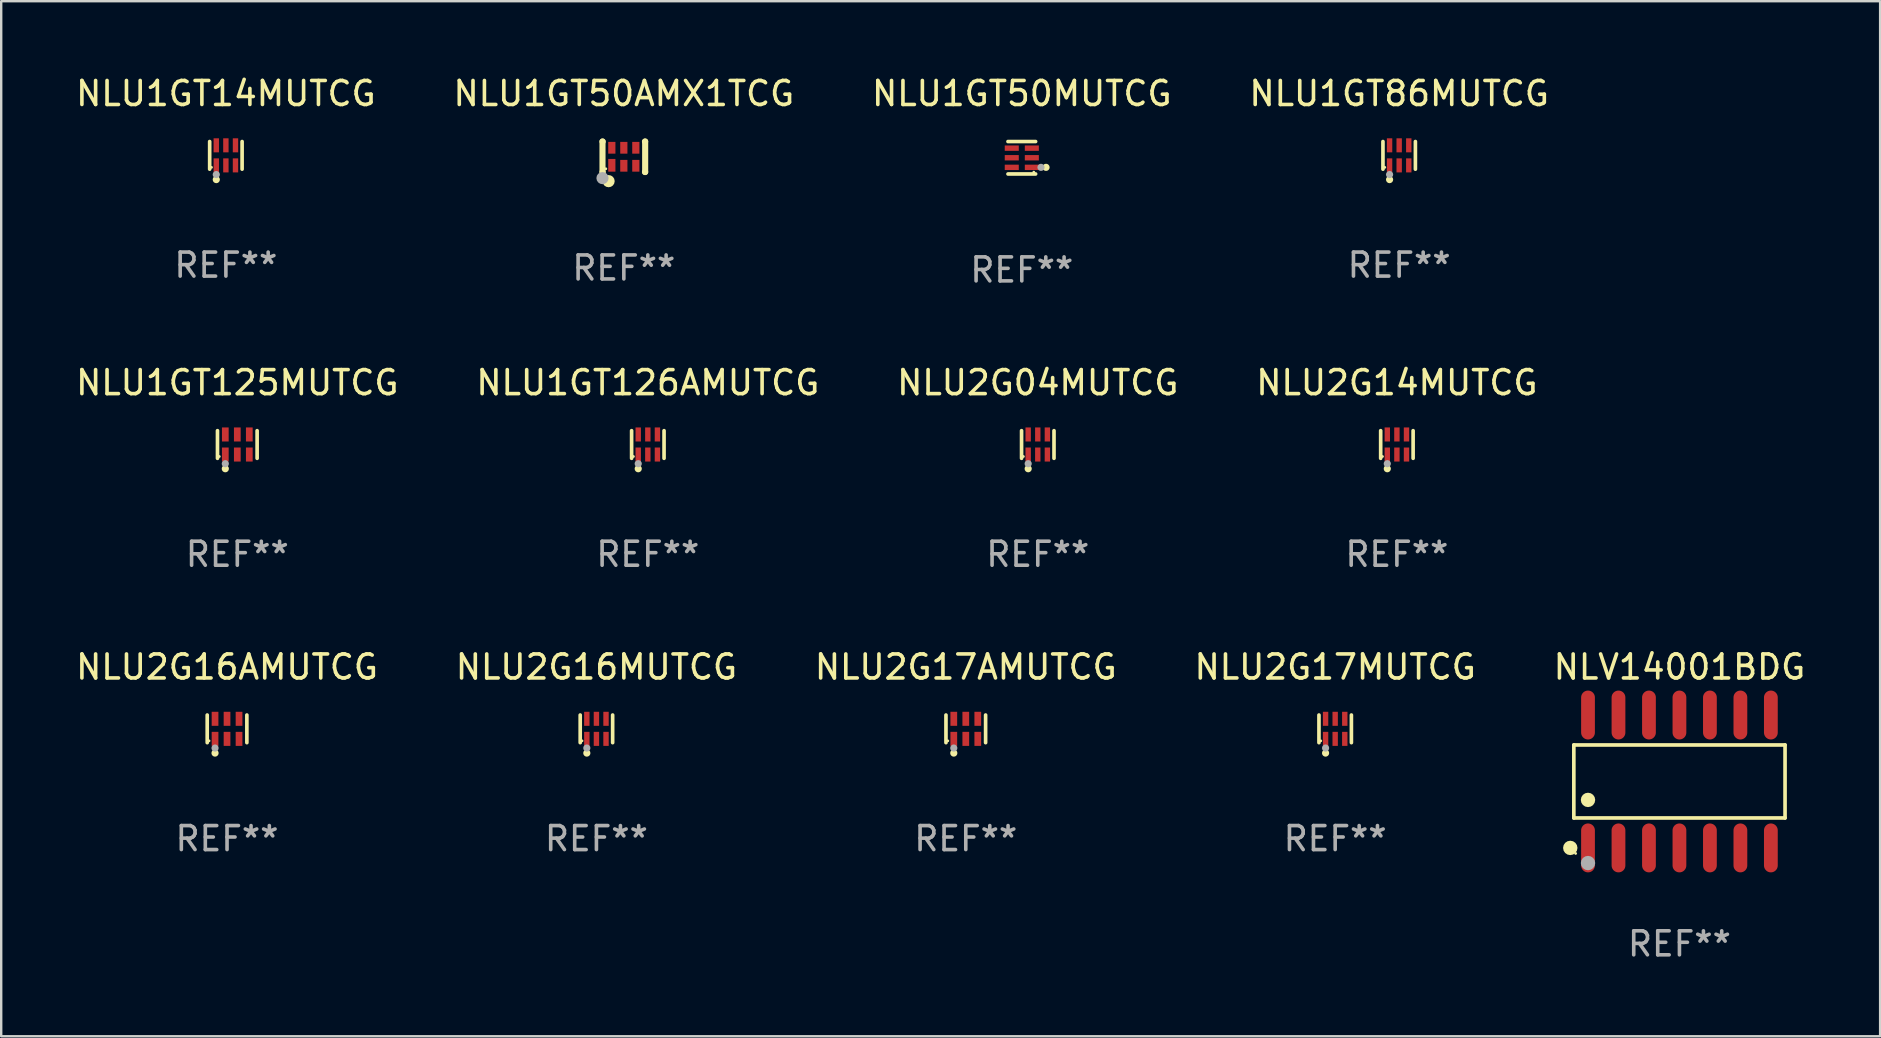
<source format=kicad_pcb>
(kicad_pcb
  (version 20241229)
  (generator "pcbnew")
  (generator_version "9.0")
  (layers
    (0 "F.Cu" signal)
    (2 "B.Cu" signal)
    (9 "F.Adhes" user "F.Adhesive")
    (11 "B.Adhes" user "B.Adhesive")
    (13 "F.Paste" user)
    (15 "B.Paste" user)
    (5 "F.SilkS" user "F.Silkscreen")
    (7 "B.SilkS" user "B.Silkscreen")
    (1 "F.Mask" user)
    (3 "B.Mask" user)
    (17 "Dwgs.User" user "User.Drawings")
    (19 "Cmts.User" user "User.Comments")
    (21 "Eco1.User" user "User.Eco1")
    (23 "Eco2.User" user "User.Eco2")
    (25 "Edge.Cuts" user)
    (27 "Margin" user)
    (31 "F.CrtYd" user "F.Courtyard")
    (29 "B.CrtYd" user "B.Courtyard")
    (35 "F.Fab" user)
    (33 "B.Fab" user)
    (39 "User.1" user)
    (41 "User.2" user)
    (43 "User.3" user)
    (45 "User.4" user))
  (footprint "NLU1GT125MUTCG"
    (layer "F.Cu")
    (at 6.839 15.473)
    (property "Reference" "NLU1GT125MUTCG" (at 0 -2.576 0) (layer "F.SilkS") (effects (font (size 1 1) (thickness 0.15))))
    (attr through_hole)
    (fp_line (start -0.826 0.576) (end -0.826 -0.576) (stroke (width 0.152) (type solid)) (layer "F.SilkS"))
    (fp_line (start 0.826 0.576) (end 0.826 -0.576) (stroke (width 0.152) (type solid)) (layer "F.SilkS"))
    (fp_circle (center -0.75 0.5) (end -0.72 0.5) (stroke (width 0.06) (type solid)) (fill no) (layer "F.SilkS"))
    (fp_circle (center -0.5 1.01) (end -0.425 1.01) (stroke (width 0.15) (type solid)) (fill no) (layer "F.SilkS"))
    (fp_circle (center -0.5 0.8) (end -0.425 0.8) (stroke (width 0.15) (type solid)) (fill no) (layer "F.Fab"))
    (fp_text user "REF**" (at 0 4.576 0) (layer "F.Fab") (effects (font (size 1 1) (thickness 0.15))))
    (pad "1" smd rect (at -0.5 0.418) (size 0.28 0.585) (layers "F.Cu" "F.Mask" "F.Paste"))
    (pad "2" smd rect (at 0 0.418) (size 0.28 0.585) (layers "F.Cu" "F.Mask" "F.Paste"))
    (pad "3" smd rect (at 0.5 0.418) (size 0.28 0.585) (layers "F.Cu" "F.Mask" "F.Paste"))
    (pad "4" smd rect (at 0.5 -0.418) (size 0.28 0.585) (layers "F.Cu" "F.Mask" "F.Paste"))
    (pad "5" smd rect (at 0 -0.418) (size 0.28 0.585) (layers "F.Cu" "F.Mask" "F.Paste"))
    (pad "6" smd rect (at -0.5 -0.418) (size 0.28 0.585) (layers "F.Cu" "F.Mask" "F.Paste")))
  (footprint "NLU1GT14MUTCG"
    (layer "F.Cu")
    (at 6.363 3.424)
    (property "Reference" "NLU1GT14MUTCG" (at 0 -2.576 0) (layer "F.SilkS") (effects (font (size 1 1) (thickness 0.15))))
    (attr through_hole)
    (fp_line (start -0.676 0.576) (end -0.676 -0.576) (stroke (width 0.152) (type solid)) (layer "F.SilkS"))
    (fp_line (start 0.676 0.576) (end 0.676 -0.576) (stroke (width 0.152) (type solid)) (layer "F.SilkS"))
    (fp_circle (center -0.6 0.5) (end -0.57 0.5) (stroke (width 0.06) (type solid)) (fill no) (layer "F.SilkS"))
    (fp_circle (center -0.4 1.01) (end -0.325 1.01) (stroke (width 0.15) (type solid)) (fill no) (layer "F.SilkS"))
    (fp_circle (center -0.4 0.8) (end -0.325 0.8) (stroke (width 0.15) (type solid)) (fill no) (layer "F.Fab"))
    (fp_text user "REF**" (at 0 4.576 0) (layer "F.Fab") (effects (font (size 1 1) (thickness 0.15))))
    (pad "1" smd rect (at -0.4 0.418) (size 0.224 0.585) (layers "F.Cu" "F.Mask" "F.Paste"))
    (pad "2" smd rect (at 0 0.418) (size 0.224 0.585) (layers "F.Cu" "F.Mask" "F.Paste"))
    (pad "3" smd rect (at 0.4 0.418) (size 0.224 0.585) (layers "F.Cu" "F.Mask" "F.Paste"))
    (pad "4" smd rect (at 0.4 -0.418) (size 0.224 0.585) (layers "F.Cu" "F.Mask" "F.Paste"))
    (pad "5" smd rect (at 0 -0.418) (size 0.224 0.585) (layers "F.Cu" "F.Mask" "F.Paste"))
    (pad "6" smd rect (at -0.4 -0.418) (size 0.224 0.585) (layers "F.Cu" "F.Mask" "F.Paste")))
  (footprint "NLU2G14MUTCG"
    (layer "F.Cu")
    (at 55.161 15.473)
    (property "Reference" "NLU2G14MUTCG" (at 0 -2.576 0) (layer "F.SilkS") (effects (font (size 1 1) (thickness 0.15))))
    (attr through_hole)
    (fp_line (start -0.676 0.576) (end -0.676 -0.576) (stroke (width 0.152) (type solid)) (layer "F.SilkS"))
    (fp_line (start 0.676 0.576) (end 0.676 -0.576) (stroke (width 0.152) (type solid)) (layer "F.SilkS"))
    (fp_circle (center -0.6 0.5) (end -0.57 0.5) (stroke (width 0.06) (type solid)) (fill no) (layer "F.SilkS"))
    (fp_circle (center -0.4 1.01) (end -0.325 1.01) (stroke (width 0.15) (type solid)) (fill no) (layer "F.SilkS"))
    (fp_circle (center -0.4 0.8) (end -0.325 0.8) (stroke (width 0.15) (type solid)) (fill no) (layer "F.Fab"))
    (fp_text user "REF**" (at 0 4.576 0) (layer "F.Fab") (effects (font (size 1 1) (thickness 0.15))))
    (pad "1" smd rect (at -0.4 0.418) (size 0.224 0.585) (layers "F.Cu" "F.Mask" "F.Paste"))
    (pad "2" smd rect (at 0 0.418) (size 0.224 0.585) (layers "F.Cu" "F.Mask" "F.Paste"))
    (pad "3" smd rect (at 0.4 0.418) (size 0.224 0.585) (layers "F.Cu" "F.Mask" "F.Paste"))
    (pad "4" smd rect (at 0.4 -0.418) (size 0.224 0.585) (layers "F.Cu" "F.Mask" "F.Paste"))
    (pad "5" smd rect (at 0 -0.418) (size 0.224 0.585) (layers "F.Cu" "F.Mask" "F.Paste"))
    (pad "6" smd rect (at -0.4 -0.418) (size 0.224 0.585) (layers "F.Cu" "F.Mask" "F.Paste")))
  (footprint "NLU2G16AMUTCG"
    (layer "F.Cu")
    (at 6.411 27.322)
    (property "Reference" "NLU2G16AMUTCG" (at 0 -2.576 0) (layer "F.SilkS") (effects (font (size 1 1) (thickness 0.15))))
    (attr through_hole)
    (fp_line (start -0.826 0.576) (end -0.826 -0.576) (stroke (width 0.152) (type solid)) (layer "F.SilkS"))
    (fp_line (start 0.826 0.576) (end 0.826 -0.576) (stroke (width 0.152) (type solid)) (layer "F.SilkS"))
    (fp_circle (center -0.75 0.5) (end -0.72 0.5) (stroke (width 0.06) (type solid)) (fill no) (layer "F.SilkS"))
    (fp_circle (center -0.5 1.01) (end -0.425 1.01) (stroke (width 0.15) (type solid)) (fill no) (layer "F.SilkS"))
    (fp_circle (center -0.5 0.8) (end -0.425 0.8) (stroke (width 0.15) (type solid)) (fill no) (layer "F.Fab"))
    (fp_text user "REF**" (at 0 4.576 0) (layer "F.Fab") (effects (font (size 1 1) (thickness 0.15))))
    (pad "1" smd rect (at -0.5 0.418) (size 0.28 0.585) (layers "F.Cu" "F.Mask" "F.Paste"))
    (pad "2" smd rect (at 0 0.418) (size 0.28 0.585) (layers "F.Cu" "F.Mask" "F.Paste"))
    (pad "3" smd rect (at 0.5 0.418) (size 0.28 0.585) (layers "F.Cu" "F.Mask" "F.Paste"))
    (pad "4" smd rect (at 0.5 -0.418) (size 0.28 0.585) (layers "F.Cu" "F.Mask" "F.Paste"))
    (pad "5" smd rect (at 0 -0.418) (size 0.28 0.585) (layers "F.Cu" "F.Mask" "F.Paste"))
    (pad "6" smd rect (at -0.5 -0.418) (size 0.28 0.585) (layers "F.Cu" "F.Mask" "F.Paste")))
  (footprint "NLU2G16MUTCG"
    (layer "F.Cu")
    (at 21.804 27.322)
    (property "Reference" "NLU2G16MUTCG" (at 0 -2.576 0) (layer "F.SilkS") (effects (font (size 1 1) (thickness 0.15))))
    (attr through_hole)
    (fp_line (start -0.676 0.576) (end -0.676 -0.576) (stroke (width 0.152) (type solid)) (layer "F.SilkS"))
    (fp_line (start 0.676 0.576) (end 0.676 -0.576) (stroke (width 0.152) (type solid)) (layer "F.SilkS"))
    (fp_circle (center -0.6 0.5) (end -0.57 0.5) (stroke (width 0.06) (type solid)) (fill no) (layer "F.SilkS"))
    (fp_circle (center -0.4 1.01) (end -0.325 1.01) (stroke (width 0.15) (type solid)) (fill no) (layer "F.SilkS"))
    (fp_circle (center -0.4 0.8) (end -0.325 0.8) (stroke (width 0.15) (type solid)) (fill no) (layer "F.Fab"))
    (fp_text user "REF**" (at 0 4.576 0) (layer "F.Fab") (effects (font (size 1 1) (thickness 0.15))))
    (pad "1" smd rect (at -0.4 0.418) (size 0.224 0.585) (layers "F.Cu" "F.Mask" "F.Paste"))
    (pad "2" smd rect (at 0 0.418) (size 0.224 0.585) (layers "F.Cu" "F.Mask" "F.Paste"))
    (pad "3" smd rect (at 0.4 0.418) (size 0.224 0.585) (layers "F.Cu" "F.Mask" "F.Paste"))
    (pad "4" smd rect (at 0.4 -0.418) (size 0.224 0.585) (layers "F.Cu" "F.Mask" "F.Paste"))
    (pad "5" smd rect (at 0 -0.418) (size 0.224 0.585) (layers "F.Cu" "F.Mask" "F.Paste"))
    (pad "6" smd rect (at -0.4 -0.418) (size 0.224 0.585) (layers "F.Cu" "F.Mask" "F.Paste")))
  (footprint "NLU1GT50AMX1TCG"
    (layer "F.Cu")
    (at 22.946 3.483)
    (property "Reference" "NLU1GT50AMX1TCG" (at 0 -2.635 0) (layer "F.SilkS") (effects (font (size 1 1) (thickness 0.15))))
    (attr through_hole)
    (fp_line (start -0.889 -0.635) (end -0.889 0.635) (stroke (width 0.254) (type solid)) (layer "F.SilkS"))
    (fp_line (start -0.889 0.635) (end -0.881 0.635) (stroke (width 0.254) (type solid)) (layer "F.SilkS"))
    (fp_line (start -0.881 -0.635) (end -0.889 -0.635) (stroke (width 0.254) (type solid)) (layer "F.SilkS"))
    (fp_line (start 0.881 0.635) (end 0.889 0.635) (stroke (width 0.254) (type solid)) (layer "F.SilkS"))
    (fp_line (start 0.889 -0.635) (end 0.881 -0.635) (stroke (width 0.254) (type solid)) (layer "F.SilkS"))
    (fp_line (start 0.889 0.635) (end 0.889 -0.635) (stroke (width 0.254) (type solid)) (layer "F.SilkS"))
    (fp_circle (center -0.75 0.5) (end -0.72 0.5) (stroke (width 0.06) (type solid)) (fill no) (layer "F.SilkS"))
    (fp_circle (center -0.635 1.016) (end -0.508 1.016) (stroke (width 0.254) (type solid)) (fill no) (layer "F.SilkS"))
    (fp_circle (center -0.889 0.889) (end -0.762 0.889) (stroke (width 0.254) (type solid)) (fill no) (layer "F.Fab"))
    (fp_text user "REF**" (at 0 4.635 0) (layer "F.Fab") (effects (font (size 1 1) (thickness 0.15))))
    (pad "1" smd rect (at -0.5 0.355) (size 0.3 0.53) (layers "F.Cu" "F.Mask" "F.Paste"))
    (pad "2" smd rect (at 0.000127 0.375) (size 0.3 0.49) (layers "F.Cu" "F.Mask" "F.Paste"))
    (pad "3" smd rect (at 0.5 0.375) (size 0.3 0.49) (layers "F.Cu" "F.Mask" "F.Paste"))
    (pad "4" smd rect (at 0.5 -0.375) (size 0.3 0.49) (layers "F.Cu" "F.Mask" "F.Paste"))
    (pad "5" smd rect (at 0.000127 -0.375) (size 0.3 0.49) (layers "F.Cu" "F.Mask" "F.Paste"))
    (pad "6" smd rect (at -0.5 -0.375) (size 0.3 0.49) (layers "F.Cu" "F.Mask" "F.Paste")))
  (footprint "NLU1GT126AMUTCG"
    (layer "F.Cu")
    (at 23.946 15.473)
    (property "Reference" "NLU1GT126AMUTCG" (at 0 -2.576 0) (layer "F.SilkS") (effects (font (size 1 1) (thickness 0.15))))
    (attr through_hole)
    (fp_line (start -0.676 0.576) (end -0.676 -0.576) (stroke (width 0.152) (type solid)) (layer "F.SilkS"))
    (fp_line (start 0.676 0.576) (end 0.676 -0.576) (stroke (width 0.152) (type solid)) (layer "F.SilkS"))
    (fp_circle (center -0.6 0.5) (end -0.57 0.5) (stroke (width 0.06) (type solid)) (fill no) (layer "F.SilkS"))
    (fp_circle (center -0.4 1.01) (end -0.325 1.01) (stroke (width 0.15) (type solid)) (fill no) (layer "F.SilkS"))
    (fp_circle (center -0.4 0.8) (end -0.325 0.8) (stroke (width 0.15) (type solid)) (fill no) (layer "F.Fab"))
    (fp_text user "REF**" (at 0 4.576 0) (layer "F.Fab") (effects (font (size 1 1) (thickness 0.15))))
    (pad "1" smd rect (at -0.4 0.418) (size 0.224 0.585) (layers "F.Cu" "F.Mask" "F.Paste"))
    (pad "2" smd rect (at 0 0.418) (size 0.224 0.585) (layers "F.Cu" "F.Mask" "F.Paste"))
    (pad "3" smd rect (at 0.4 0.418) (size 0.224 0.585) (layers "F.Cu" "F.Mask" "F.Paste"))
    (pad "4" smd rect (at 0.4 -0.418) (size 0.224 0.585) (layers "F.Cu" "F.Mask" "F.Paste"))
    (pad "5" smd rect (at 0 -0.418) (size 0.224 0.585) (layers "F.Cu" "F.Mask" "F.Paste"))
    (pad "6" smd rect (at -0.4 -0.418) (size 0.224 0.585) (layers "F.Cu" "F.Mask" "F.Paste")))
  (footprint "NLU2G17AMUTCG"
    (layer "F.Cu")
    (at 37.196 27.322)
    (property "Reference" "NLU2G17AMUTCG" (at 0 -2.576 0) (layer "F.SilkS") (effects (font (size 1 1) (thickness 0.15))))
    (attr through_hole)
    (fp_line (start -0.826 0.576) (end -0.826 -0.576) (stroke (width 0.152) (type solid)) (layer "F.SilkS"))
    (fp_line (start 0.826 0.576) (end 0.826 -0.576) (stroke (width 0.152) (type solid)) (layer "F.SilkS"))
    (fp_circle (center -0.75 0.5) (end -0.72 0.5) (stroke (width 0.06) (type solid)) (fill no) (layer "F.SilkS"))
    (fp_circle (center -0.5 1.01) (end -0.425 1.01) (stroke (width 0.15) (type solid)) (fill no) (layer "F.SilkS"))
    (fp_circle (center -0.5 0.8) (end -0.425 0.8) (stroke (width 0.15) (type solid)) (fill no) (layer "F.Fab"))
    (fp_text user "REF**" (at 0 4.576 0) (layer "F.Fab") (effects (font (size 1 1) (thickness 0.15))))
    (pad "1" smd rect (at -0.5 0.418) (size 0.28 0.585) (layers "F.Cu" "F.Mask" "F.Paste"))
    (pad "2" smd rect (at 0 0.418) (size 0.28 0.585) (layers "F.Cu" "F.Mask" "F.Paste"))
    (pad "3" smd rect (at 0.5 0.418) (size 0.28 0.585) (layers "F.Cu" "F.Mask" "F.Paste"))
    (pad "4" smd rect (at 0.5 -0.418) (size 0.28 0.585) (layers "F.Cu" "F.Mask" "F.Paste"))
    (pad "5" smd rect (at 0 -0.418) (size 0.28 0.585) (layers "F.Cu" "F.Mask" "F.Paste"))
    (pad "6" smd rect (at -0.5 -0.418) (size 0.28 0.585) (layers "F.Cu" "F.Mask" "F.Paste")))
  (footprint "NLU1GT50MUTCG"
    (layer "F.Cu")
    (at 39.53 3.524)
    (property "Reference" "NLU1GT50MUTCG" (at 0 -2.676 0) (layer "F.SilkS") (effects (font (size 1 1) (thickness 0.15))))
    (attr through_hole)
    (fp_line (start 0.576 -0.676) (end -0.576 -0.676) (stroke (width 0.152) (type solid)) (layer "F.SilkS"))
    (fp_line (start 0.576 0.676) (end -0.576 0.676) (stroke (width 0.152) (type solid)) (layer "F.SilkS"))
    (fp_circle (center 0.5 0.6) (end 0.53 0.6) (stroke (width 0.06) (type solid)) (fill no) (layer "F.SilkS"))
    (fp_circle (center 1.01 0.4) (end 1.085 0.4) (stroke (width 0.15) (type solid)) (fill no) (layer "F.SilkS"))
    (fp_circle (center 0.8 0.4) (end 0.875 0.4) (stroke (width 0.15) (type solid)) (fill no) (layer "F.Fab"))
    (fp_text user "REF**" (at 0 4.676 0) (layer "F.Fab") (effects (font (size 1 1) (thickness 0.15))))
    (pad "1" smd rect (at 0.418 0.4 90) (size 0.224 0.585) (layers "F.Cu" "F.Mask" "F.Paste"))
    (pad "2" smd rect (at 0.418 0.000025 90) (size 0.224 0.585) (layers "F.Cu" "F.Mask" "F.Paste"))
    (pad "3" smd rect (at 0.418 -0.4 90) (size 0.224 0.585) (layers "F.Cu" "F.Mask" "F.Paste"))
    (pad "4" smd rect (at -0.418 -0.4 90) (size 0.224 0.585) (layers "F.Cu" "F.Mask" "F.Paste"))
    (pad "5" smd rect (at -0.418 0.000025 90) (size 0.224 0.585) (layers "F.Cu" "F.Mask" "F.Paste"))
    (pad "6" smd rect (at -0.418 0.4 90) (size 0.224 0.585) (layers "F.Cu" "F.Mask" "F.Paste")))
  (footprint "NLU2G04MUTCG"
    (layer "F.Cu")
    (at 40.196 15.473)
    (property "Reference" "NLU2G04MUTCG" (at 0 -2.576 0) (layer "F.SilkS") (effects (font (size 1 1) (thickness 0.15))))
    (attr through_hole)
    (fp_line (start -0.676 0.576) (end -0.676 -0.576) (stroke (width 0.152) (type solid)) (layer "F.SilkS"))
    (fp_line (start 0.676 0.576) (end 0.676 -0.576) (stroke (width 0.152) (type solid)) (layer "F.SilkS"))
    (fp_circle (center -0.6 0.5) (end -0.57 0.5) (stroke (width 0.06) (type solid)) (fill no) (layer "F.SilkS"))
    (fp_circle (center -0.4 1.01) (end -0.325 1.01) (stroke (width 0.15) (type solid)) (fill no) (layer "F.SilkS"))
    (fp_circle (center -0.4 0.8) (end -0.325 0.8) (stroke (width 0.15) (type solid)) (fill no) (layer "F.Fab"))
    (fp_text user "REF**" (at 0 4.576 0) (layer "F.Fab") (effects (font (size 1 1) (thickness 0.15))))
    (pad "1" smd rect (at -0.4 0.418) (size 0.224 0.585) (layers "F.Cu" "F.Mask" "F.Paste"))
    (pad "2" smd rect (at 0 0.418) (size 0.224 0.585) (layers "F.Cu" "F.Mask" "F.Paste"))
    (pad "3" smd rect (at 0.4 0.418) (size 0.224 0.585) (layers "F.Cu" "F.Mask" "F.Paste"))
    (pad "4" smd rect (at 0.4 -0.418) (size 0.224 0.585) (layers "F.Cu" "F.Mask" "F.Paste"))
    (pad "5" smd rect (at 0 -0.418) (size 0.224 0.585) (layers "F.Cu" "F.Mask" "F.Paste"))
    (pad "6" smd rect (at -0.4 -0.418) (size 0.224 0.585) (layers "F.Cu" "F.Mask" "F.Paste")))
  (footprint "NLV14001BDG"
    (layer "F.Cu")
    (at 66.935 29.515)
    (property "Reference" "NLV14001BDG" (at 0 -4.769 0) (layer "F.SilkS") (effects (font (size 1 1) (thickness 0.15))))
    (attr through_hole)
    (fp_line (start -4.401 -1.521) (end 4.401 -1.521) (stroke (width 0.152) (type solid)) (layer "F.SilkS"))
    (fp_line (start -4.401 1.521) (end -4.401 -1.521) (stroke (width 0.152) (type solid)) (layer "F.SilkS"))
    (fp_line (start 4.401 -1.521) (end 4.401 1.521) (stroke (width 0.152) (type solid)) (layer "F.SilkS"))
    (fp_line (start 4.401 1.521) (end -4.401 1.521) (stroke (width 0.152) (type solid)) (layer "F.SilkS"))
    (fp_circle (center -4.549 2.769) (end -4.399 2.769) (stroke (width 0.3) (type solid)) (fill no) (layer "F.SilkS"))
    (fp_circle (center -4.325 3) (end -4.295 3) (stroke (width 0.06) (type solid)) (fill no) (layer "F.SilkS"))
    (fp_circle (center -3.81 0.769) (end -3.66 0.769) (stroke (width 0.3) (type solid)) (fill no) (layer "F.SilkS"))
    (fp_circle (center -3.81 3.4) (end -3.66 3.4) (stroke (width 0.3) (type solid)) (fill no) (layer "F.Fab"))
    (fp_text user "REF**" (at 0 6.769 0) (layer "F.Fab") (effects (font (size 1 1) (thickness 0.15))))
    (pad "1" smd oval (at -3.81 2.769) (size 0.574 2.038) (layers "F.Cu" "F.Mask" "F.Paste"))
    (pad "2" smd oval (at -2.54 2.769) (size 0.574 2.038) (layers "F.Cu" "F.Mask" "F.Paste"))
    (pad "3" smd oval (at -1.27 2.769) (size 0.574 2.038) (layers "F.Cu" "F.Mask" "F.Paste"))
    (pad "4" smd oval (at 0 2.769) (size 0.574 2.038) (layers "F.Cu" "F.Mask" "F.Paste"))
    (pad "5" smd oval (at 1.27 2.769) (size 0.574 2.038) (layers "F.Cu" "F.Mask" "F.Paste"))
    (pad "6" smd oval (at 2.54 2.769) (size 0.574 2.038) (layers "F.Cu" "F.Mask" "F.Paste"))
    (pad "7" smd oval (at 3.81 2.769) (size 0.574 2.038) (layers "F.Cu" "F.Mask" "F.Paste"))
    (pad "8" smd oval (at 3.81 -2.769) (size 0.574 2.038) (layers "F.Cu" "F.Mask" "F.Paste"))
    (pad "9" smd oval (at 2.54 -2.769) (size 0.574 2.038) (layers "F.Cu" "F.Mask" "F.Paste"))
    (pad "10" smd oval (at 1.27 -2.769) (size 0.574 2.038) (layers "F.Cu" "F.Mask" "F.Paste"))
    (pad "11" smd oval (at 0 -2.769) (size 0.574 2.038) (layers "F.Cu" "F.Mask" "F.Paste"))
    (pad "12" smd oval (at -1.27 -2.769) (size 0.574 2.038) (layers "F.Cu" "F.Mask" "F.Paste"))
    (pad "13" smd oval (at -2.54 -2.769) (size 0.574 2.038) (layers "F.Cu" "F.Mask" "F.Paste"))
    (pad "14" smd oval (at -3.81 -2.769) (size 0.574 2.038) (layers "F.Cu" "F.Mask" "F.Paste")))
  (footprint "NLU2G17MUTCG"
    (layer "F.Cu")
    (at 52.589 27.322)
    (property "Reference" "NLU2G17MUTCG" (at 0 -2.576 0) (layer "F.SilkS") (effects (font (size 1 1) (thickness 0.15))))
    (attr through_hole)
    (fp_line (start -0.676 0.576) (end -0.676 -0.576) (stroke (width 0.152) (type solid)) (layer "F.SilkS"))
    (fp_line (start 0.676 0.576) (end 0.676 -0.576) (stroke (width 0.152) (type solid)) (layer "F.SilkS"))
    (fp_circle (center -0.6 0.5) (end -0.57 0.5) (stroke (width 0.06) (type solid)) (fill no) (layer "F.SilkS"))
    (fp_circle (center -0.4 1.01) (end -0.325 1.01) (stroke (width 0.15) (type solid)) (fill no) (layer "F.SilkS"))
    (fp_circle (center -0.4 0.8) (end -0.325 0.8) (stroke (width 0.15) (type solid)) (fill no) (layer "F.Fab"))
    (fp_text user "REF**" (at 0 4.576 0) (layer "F.Fab") (effects (font (size 1 1) (thickness 0.15))))
    (pad "1" smd rect (at -0.4 0.418) (size 0.224 0.585) (layers "F.Cu" "F.Mask" "F.Paste"))
    (pad "2" smd rect (at 0 0.418) (size 0.224 0.585) (layers "F.Cu" "F.Mask" "F.Paste"))
    (pad "3" smd rect (at 0.4 0.418) (size 0.224 0.585) (layers "F.Cu" "F.Mask" "F.Paste"))
    (pad "4" smd rect (at 0.4 -0.418) (size 0.224 0.585) (layers "F.Cu" "F.Mask" "F.Paste"))
    (pad "5" smd rect (at 0 -0.418) (size 0.224 0.585) (layers "F.Cu" "F.Mask" "F.Paste"))
    (pad "6" smd rect (at -0.4 -0.418) (size 0.224 0.585) (layers "F.Cu" "F.Mask" "F.Paste")))
  (footprint "NLU1GT86MUTCG"
    (layer "F.Cu")
    (at 55.256 3.424)
    (property "Reference" "NLU1GT86MUTCG" (at 0 -2.576 0) (layer "F.SilkS") (effects (font (size 1 1) (thickness 0.15))))
    (attr through_hole)
    (fp_line (start -0.676 0.576) (end -0.676 -0.576) (stroke (width 0.152) (type solid)) (layer "F.SilkS"))
    (fp_line (start 0.676 0.576) (end 0.676 -0.576) (stroke (width 0.152) (type solid)) (layer "F.SilkS"))
    (fp_circle (center -0.6 0.5) (end -0.57 0.5) (stroke (width 0.06) (type solid)) (fill no) (layer "F.SilkS"))
    (fp_circle (center -0.4 1.01) (end -0.325 1.01) (stroke (width 0.15) (type solid)) (fill no) (layer "F.SilkS"))
    (fp_circle (center -0.4 0.8) (end -0.325 0.8) (stroke (width 0.15) (type solid)) (fill no) (layer "F.Fab"))
    (fp_text user "REF**" (at 0 4.576 0) (layer "F.Fab") (effects (font (size 1 1) (thickness 0.15))))
    (pad "1" smd rect (at -0.4 0.418) (size 0.224 0.585) (layers "F.Cu" "F.Mask" "F.Paste"))
    (pad "2" smd rect (at 0 0.418) (size 0.224 0.585) (layers "F.Cu" "F.Mask" "F.Paste"))
    (pad "3" smd rect (at 0.4 0.418) (size 0.224 0.585) (layers "F.Cu" "F.Mask" "F.Paste"))
    (pad "4" smd rect (at 0.4 -0.418) (size 0.224 0.585) (layers "F.Cu" "F.Mask" "F.Paste"))
    (pad "5" smd rect (at 0 -0.418) (size 0.224 0.585) (layers "F.Cu" "F.Mask" "F.Paste"))
    (pad "6" smd rect (at -0.4 -0.418) (size 0.224 0.585) (layers "F.Cu" "F.Mask" "F.Paste")))
  (gr_rect
    (start -3 -3)
    (end 75.298 40.132)
    (stroke (width 0.1) (type default))
    (fill no)
    (layer "Edge.Cuts")))
</source>
